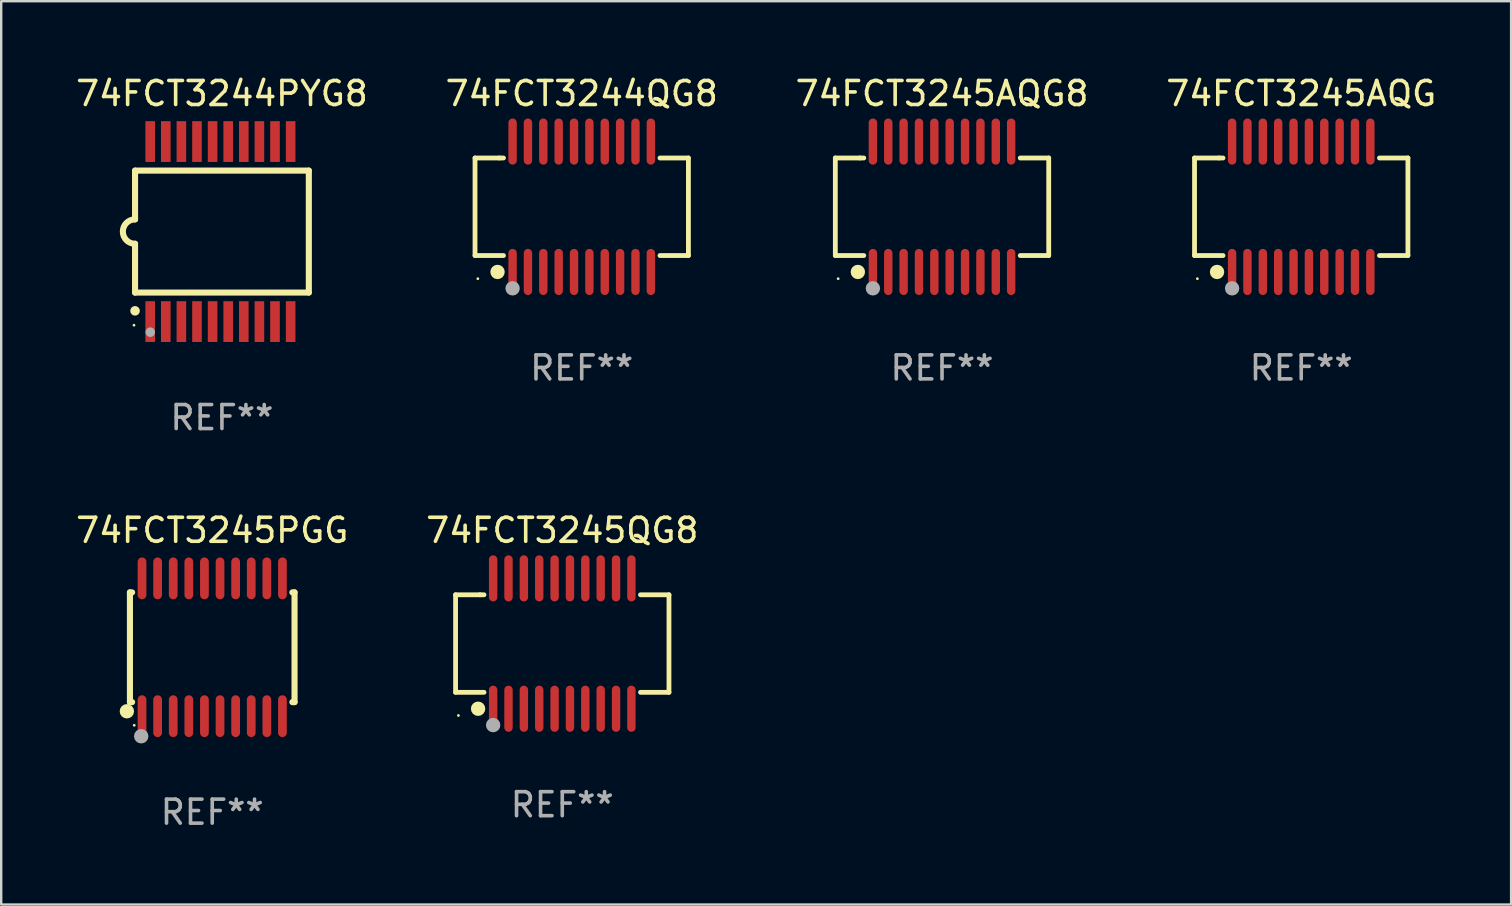
<source format=kicad_pcb>
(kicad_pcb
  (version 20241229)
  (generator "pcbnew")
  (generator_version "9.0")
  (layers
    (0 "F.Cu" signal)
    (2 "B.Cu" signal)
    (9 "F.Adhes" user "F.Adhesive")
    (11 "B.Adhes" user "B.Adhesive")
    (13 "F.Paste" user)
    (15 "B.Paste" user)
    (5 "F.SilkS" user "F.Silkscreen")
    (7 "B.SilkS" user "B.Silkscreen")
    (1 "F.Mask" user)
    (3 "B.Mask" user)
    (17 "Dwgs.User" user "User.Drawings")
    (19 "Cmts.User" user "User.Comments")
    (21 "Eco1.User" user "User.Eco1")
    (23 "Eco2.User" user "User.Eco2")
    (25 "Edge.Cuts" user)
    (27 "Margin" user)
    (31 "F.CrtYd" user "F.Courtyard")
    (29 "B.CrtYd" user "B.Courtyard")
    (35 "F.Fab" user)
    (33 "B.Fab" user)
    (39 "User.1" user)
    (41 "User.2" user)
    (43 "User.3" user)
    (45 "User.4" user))
  (footprint "74FCT3245QG8"
    (layer "F.Cu")
    (at 20.375 23.761)
    (property "Reference" "74FCT3245QG8" (at 0 -4.716 0) (layer "F.SilkS") (effects (font (size 1 1) (thickness 0.15))))
    (attr through_hole)
    (fp_line (start -4.445 -2.032) (end -4.445 2.032) (stroke (width 0.2) (type solid)) (layer "F.SilkS"))
    (fp_line (start -4.445 2.032) (end -3.259 2.032) (stroke (width 0.2) (type solid)) (layer "F.SilkS"))
    (fp_line (start -3.429 -2.032) (end -4.445 -2.032) (stroke (width 0.2) (type solid)) (layer "F.SilkS"))
    (fp_line (start -3.259 -2.032) (end -3.429 -2.032) (stroke (width 0.2) (type solid)) (layer "F.SilkS"))
    (fp_line (start 3.259 2.032) (end 4.445 2.032) (stroke (width 0.2) (type solid)) (layer "F.SilkS"))
    (fp_line (start 4.445 -2.032) (end 3.259 -2.032) (stroke (width 0.2) (type solid)) (layer "F.SilkS"))
    (fp_line (start 4.445 2.032) (end 4.445 -2.032) (stroke (width 0.2) (type solid)) (layer "F.SilkS"))
    (fp_circle (center -4.327 2.997) (end -4.297 2.997) (stroke (width 0.06) (type solid)) (fill no) (layer "F.SilkS"))
    (fp_circle (center -3.507 2.716) (end -3.357 2.716) (stroke (width 0.3) (type solid)) (fill no) (layer "F.SilkS"))
    (fp_circle (center -2.88 3.398) (end -2.73 3.398) (stroke (width 0.3) (type solid)) (fill no) (layer "F.Fab"))
    (fp_text user "REF**" (at 0 6.716 0) (layer "F.Fab") (effects (font (size 1 1) (thickness 0.15))))
    (pad "1" smd oval (at -2.88 2.716) (size 0.35 1.922) (layers "F.Cu" "F.Mask" "F.Paste"))
    (pad "2" smd oval (at -2.24 2.716) (size 0.35 1.922) (layers "F.Cu" "F.Mask" "F.Paste"))
    (pad "3" smd oval (at -1.6 2.716) (size 0.35 1.922) (layers "F.Cu" "F.Mask" "F.Paste"))
    (pad "4" smd oval (at -0.96 2.716) (size 0.35 1.922) (layers "F.Cu" "F.Mask" "F.Paste"))
    (pad "5" smd oval (at -0.32 2.716) (size 0.35 1.922) (layers "F.Cu" "F.Mask" "F.Paste"))
    (pad "6" smd oval (at 0.32 2.716) (size 0.35 1.922) (layers "F.Cu" "F.Mask" "F.Paste"))
    (pad "7" smd oval (at 0.96 2.716) (size 0.35 1.922) (layers "F.Cu" "F.Mask" "F.Paste"))
    (pad "8" smd oval (at 1.6 2.716) (size 0.35 1.922) (layers "F.Cu" "F.Mask" "F.Paste"))
    (pad "9" smd oval (at 2.24 2.716) (size 0.35 1.922) (layers "F.Cu" "F.Mask" "F.Paste"))
    (pad "10" smd oval (at 2.88 2.716) (size 0.35 1.922) (layers "F.Cu" "F.Mask" "F.Paste"))
    (pad "11" smd oval (at 2.88 -2.716) (size 0.35 1.922) (layers "F.Cu" "F.Mask" "F.Paste"))
    (pad "12" smd oval (at 2.24 -2.716) (size 0.35 1.922) (layers "F.Cu" "F.Mask" "F.Paste"))
    (pad "13" smd oval (at 1.6 -2.716) (size 0.35 1.922) (layers "F.Cu" "F.Mask" "F.Paste"))
    (pad "14" smd oval (at 0.96 -2.716) (size 0.35 1.922) (layers "F.Cu" "F.Mask" "F.Paste"))
    (pad "15" smd oval (at 0.32 -2.716) (size 0.35 1.922) (layers "F.Cu" "F.Mask" "F.Paste"))
    (pad "16" smd oval (at -0.32 -2.716) (size 0.35 1.922) (layers "F.Cu" "F.Mask" "F.Paste"))
    (pad "17" smd oval (at -0.96 -2.716) (size 0.35 1.922) (layers "F.Cu" "F.Mask" "F.Paste"))
    (pad "18" smd oval (at -1.6 -2.716) (size 0.35 1.922) (layers "F.Cu" "F.Mask" "F.Paste"))
    (pad "19" smd oval (at -2.24 -2.716) (size 0.35 1.922) (layers "F.Cu" "F.Mask" "F.Paste"))
    (pad "20" smd oval (at -2.88 -2.716) (size 0.35 1.922) (layers "F.Cu" "F.Mask" "F.Paste")))
  (footprint "74FCT3244QG8"
    (layer "F.Cu")
    (at 21.185 5.564)
    (property "Reference" "74FCT3244QG8" (at 0 -4.716 0) (layer "F.SilkS") (effects (font (size 1 1) (thickness 0.15))))
    (attr through_hole)
    (fp_line (start -4.445 -2.032) (end -4.445 2.032) (stroke (width 0.2) (type solid)) (layer "F.SilkS"))
    (fp_line (start -4.445 2.032) (end -3.259 2.032) (stroke (width 0.2) (type solid)) (layer "F.SilkS"))
    (fp_line (start -3.429 -2.032) (end -4.445 -2.032) (stroke (width 0.2) (type solid)) (layer "F.SilkS"))
    (fp_line (start -3.259 -2.032) (end -3.429 -2.032) (stroke (width 0.2) (type solid)) (layer "F.SilkS"))
    (fp_line (start 3.259 2.032) (end 4.445 2.032) (stroke (width 0.2) (type solid)) (layer "F.SilkS"))
    (fp_line (start 4.445 -2.032) (end 3.259 -2.032) (stroke (width 0.2) (type solid)) (layer "F.SilkS"))
    (fp_line (start 4.445 2.032) (end 4.445 -2.032) (stroke (width 0.2) (type solid)) (layer "F.SilkS"))
    (fp_circle (center -4.327 2.997) (end -4.297 2.997) (stroke (width 0.06) (type solid)) (fill no) (layer "F.SilkS"))
    (fp_circle (center -3.507 2.716) (end -3.357 2.716) (stroke (width 0.3) (type solid)) (fill no) (layer "F.SilkS"))
    (fp_circle (center -2.88 3.398) (end -2.73 3.398) (stroke (width 0.3) (type solid)) (fill no) (layer "F.Fab"))
    (fp_text user "REF**" (at 0 6.716 0) (layer "F.Fab") (effects (font (size 1 1) (thickness 0.15))))
    (pad "1" smd oval (at -2.88 2.716) (size 0.35 1.922) (layers "F.Cu" "F.Mask" "F.Paste"))
    (pad "2" smd oval (at -2.24 2.716) (size 0.35 1.922) (layers "F.Cu" "F.Mask" "F.Paste"))
    (pad "3" smd oval (at -1.6 2.716) (size 0.35 1.922) (layers "F.Cu" "F.Mask" "F.Paste"))
    (pad "4" smd oval (at -0.96 2.716) (size 0.35 1.922) (layers "F.Cu" "F.Mask" "F.Paste"))
    (pad "5" smd oval (at -0.32 2.716) (size 0.35 1.922) (layers "F.Cu" "F.Mask" "F.Paste"))
    (pad "6" smd oval (at 0.32 2.716) (size 0.35 1.922) (layers "F.Cu" "F.Mask" "F.Paste"))
    (pad "7" smd oval (at 0.96 2.716) (size 0.35 1.922) (layers "F.Cu" "F.Mask" "F.Paste"))
    (pad "8" smd oval (at 1.6 2.716) (size 0.35 1.922) (layers "F.Cu" "F.Mask" "F.Paste"))
    (pad "9" smd oval (at 2.24 2.716) (size 0.35 1.922) (layers "F.Cu" "F.Mask" "F.Paste"))
    (pad "10" smd oval (at 2.88 2.716) (size 0.35 1.922) (layers "F.Cu" "F.Mask" "F.Paste"))
    (pad "11" smd oval (at 2.88 -2.716) (size 0.35 1.922) (layers "F.Cu" "F.Mask" "F.Paste"))
    (pad "12" smd oval (at 2.24 -2.716) (size 0.35 1.922) (layers "F.Cu" "F.Mask" "F.Paste"))
    (pad "13" smd oval (at 1.6 -2.716) (size 0.35 1.922) (layers "F.Cu" "F.Mask" "F.Paste"))
    (pad "14" smd oval (at 0.96 -2.716) (size 0.35 1.922) (layers "F.Cu" "F.Mask" "F.Paste"))
    (pad "15" smd oval (at 0.32 -2.716) (size 0.35 1.922) (layers "F.Cu" "F.Mask" "F.Paste"))
    (pad "16" smd oval (at -0.32 -2.716) (size 0.35 1.922) (layers "F.Cu" "F.Mask" "F.Paste"))
    (pad "17" smd oval (at -0.96 -2.716) (size 0.35 1.922) (layers "F.Cu" "F.Mask" "F.Paste"))
    (pad "18" smd oval (at -1.6 -2.716) (size 0.35 1.922) (layers "F.Cu" "F.Mask" "F.Paste"))
    (pad "19" smd oval (at -2.24 -2.716) (size 0.35 1.922) (layers "F.Cu" "F.Mask" "F.Paste"))
    (pad "20" smd oval (at -2.88 -2.716) (size 0.35 1.922) (layers "F.Cu" "F.Mask" "F.Paste")))
  (footprint "74FCT3245AQG"
    (layer "F.Cu")
    (at 51.161 5.564)
    (property "Reference" "74FCT3245AQG" (at 0 -4.716 0) (layer "F.SilkS") (effects (font (size 1 1) (thickness 0.15))))
    (attr through_hole)
    (fp_line (start -4.445 -2.032) (end -4.445 2.032) (stroke (width 0.2) (type solid)) (layer "F.SilkS"))
    (fp_line (start -4.445 2.032) (end -3.259 2.032) (stroke (width 0.2) (type solid)) (layer "F.SilkS"))
    (fp_line (start -3.429 -2.032) (end -4.445 -2.032) (stroke (width 0.2) (type solid)) (layer "F.SilkS"))
    (fp_line (start -3.259 -2.032) (end -3.429 -2.032) (stroke (width 0.2) (type solid)) (layer "F.SilkS"))
    (fp_line (start 3.259 2.032) (end 4.445 2.032) (stroke (width 0.2) (type solid)) (layer "F.SilkS"))
    (fp_line (start 4.445 -2.032) (end 3.259 -2.032) (stroke (width 0.2) (type solid)) (layer "F.SilkS"))
    (fp_line (start 4.445 2.032) (end 4.445 -2.032) (stroke (width 0.2) (type solid)) (layer "F.SilkS"))
    (fp_circle (center -4.327 2.997) (end -4.297 2.997) (stroke (width 0.06) (type solid)) (fill no) (layer "F.SilkS"))
    (fp_circle (center -3.507 2.716) (end -3.357 2.716) (stroke (width 0.3) (type solid)) (fill no) (layer "F.SilkS"))
    (fp_circle (center -2.88 3.398) (end -2.73 3.398) (stroke (width 0.3) (type solid)) (fill no) (layer "F.Fab"))
    (fp_text user "REF**" (at 0 6.716 0) (layer "F.Fab") (effects (font (size 1 1) (thickness 0.15))))
    (pad "1" smd oval (at -2.88 2.716) (size 0.35 1.922) (layers "F.Cu" "F.Mask" "F.Paste"))
    (pad "2" smd oval (at -2.24 2.716) (size 0.35 1.922) (layers "F.Cu" "F.Mask" "F.Paste"))
    (pad "3" smd oval (at -1.6 2.716) (size 0.35 1.922) (layers "F.Cu" "F.Mask" "F.Paste"))
    (pad "4" smd oval (at -0.96 2.716) (size 0.35 1.922) (layers "F.Cu" "F.Mask" "F.Paste"))
    (pad "5" smd oval (at -0.32 2.716) (size 0.35 1.922) (layers "F.Cu" "F.Mask" "F.Paste"))
    (pad "6" smd oval (at 0.32 2.716) (size 0.35 1.922) (layers "F.Cu" "F.Mask" "F.Paste"))
    (pad "7" smd oval (at 0.96 2.716) (size 0.35 1.922) (layers "F.Cu" "F.Mask" "F.Paste"))
    (pad "8" smd oval (at 1.6 2.716) (size 0.35 1.922) (layers "F.Cu" "F.Mask" "F.Paste"))
    (pad "9" smd oval (at 2.24 2.716) (size 0.35 1.922) (layers "F.Cu" "F.Mask" "F.Paste"))
    (pad "10" smd oval (at 2.88 2.716) (size 0.35 1.922) (layers "F.Cu" "F.Mask" "F.Paste"))
    (pad "11" smd oval (at 2.88 -2.716) (size 0.35 1.922) (layers "F.Cu" "F.Mask" "F.Paste"))
    (pad "12" smd oval (at 2.24 -2.716) (size 0.35 1.922) (layers "F.Cu" "F.Mask" "F.Paste"))
    (pad "13" smd oval (at 1.6 -2.716) (size 0.35 1.922) (layers "F.Cu" "F.Mask" "F.Paste"))
    (pad "14" smd oval (at 0.96 -2.716) (size 0.35 1.922) (layers "F.Cu" "F.Mask" "F.Paste"))
    (pad "15" smd oval (at 0.32 -2.716) (size 0.35 1.922) (layers "F.Cu" "F.Mask" "F.Paste"))
    (pad "16" smd oval (at -0.32 -2.716) (size 0.35 1.922) (layers "F.Cu" "F.Mask" "F.Paste"))
    (pad "17" smd oval (at -0.96 -2.716) (size 0.35 1.922) (layers "F.Cu" "F.Mask" "F.Paste"))
    (pad "18" smd oval (at -1.6 -2.716) (size 0.35 1.922) (layers "F.Cu" "F.Mask" "F.Paste"))
    (pad "19" smd oval (at -2.24 -2.716) (size 0.35 1.922) (layers "F.Cu" "F.Mask" "F.Paste"))
    (pad "20" smd oval (at -2.88 -2.716) (size 0.35 1.922) (layers "F.Cu" "F.Mask" "F.Paste")))
  (footprint "74FCT3245AQG8"
    (layer "F.Cu")
    (at 36.196 5.564)
    (property "Reference" "74FCT3245AQG8" (at 0 -4.716 0) (layer "F.SilkS") (effects (font (size 1 1) (thickness 0.15))))
    (attr through_hole)
    (fp_line (start -4.445 -2.032) (end -4.445 2.032) (stroke (width 0.2) (type solid)) (layer "F.SilkS"))
    (fp_line (start -4.445 2.032) (end -3.259 2.032) (stroke (width 0.2) (type solid)) (layer "F.SilkS"))
    (fp_line (start -3.429 -2.032) (end -4.445 -2.032) (stroke (width 0.2) (type solid)) (layer "F.SilkS"))
    (fp_line (start -3.259 -2.032) (end -3.429 -2.032) (stroke (width 0.2) (type solid)) (layer "F.SilkS"))
    (fp_line (start 3.259 2.032) (end 4.445 2.032) (stroke (width 0.2) (type solid)) (layer "F.SilkS"))
    (fp_line (start 4.445 -2.032) (end 3.259 -2.032) (stroke (width 0.2) (type solid)) (layer "F.SilkS"))
    (fp_line (start 4.445 2.032) (end 4.445 -2.032) (stroke (width 0.2) (type solid)) (layer "F.SilkS"))
    (fp_circle (center -4.327 2.997) (end -4.297 2.997) (stroke (width 0.06) (type solid)) (fill no) (layer "F.SilkS"))
    (fp_circle (center -3.507 2.716) (end -3.357 2.716) (stroke (width 0.3) (type solid)) (fill no) (layer "F.SilkS"))
    (fp_circle (center -2.88 3.398) (end -2.73 3.398) (stroke (width 0.3) (type solid)) (fill no) (layer "F.Fab"))
    (fp_text user "REF**" (at 0 6.716 0) (layer "F.Fab") (effects (font (size 1 1) (thickness 0.15))))
    (pad "1" smd oval (at -2.88 2.716) (size 0.35 1.922) (layers "F.Cu" "F.Mask" "F.Paste"))
    (pad "2" smd oval (at -2.24 2.716) (size 0.35 1.922) (layers "F.Cu" "F.Mask" "F.Paste"))
    (pad "3" smd oval (at -1.6 2.716) (size 0.35 1.922) (layers "F.Cu" "F.Mask" "F.Paste"))
    (pad "4" smd oval (at -0.96 2.716) (size 0.35 1.922) (layers "F.Cu" "F.Mask" "F.Paste"))
    (pad "5" smd oval (at -0.32 2.716) (size 0.35 1.922) (layers "F.Cu" "F.Mask" "F.Paste"))
    (pad "6" smd oval (at 0.32 2.716) (size 0.35 1.922) (layers "F.Cu" "F.Mask" "F.Paste"))
    (pad "7" smd oval (at 0.96 2.716) (size 0.35 1.922) (layers "F.Cu" "F.Mask" "F.Paste"))
    (pad "8" smd oval (at 1.6 2.716) (size 0.35 1.922) (layers "F.Cu" "F.Mask" "F.Paste"))
    (pad "9" smd oval (at 2.24 2.716) (size 0.35 1.922) (layers "F.Cu" "F.Mask" "F.Paste"))
    (pad "10" smd oval (at 2.88 2.716) (size 0.35 1.922) (layers "F.Cu" "F.Mask" "F.Paste"))
    (pad "11" smd oval (at 2.88 -2.716) (size 0.35 1.922) (layers "F.Cu" "F.Mask" "F.Paste"))
    (pad "12" smd oval (at 2.24 -2.716) (size 0.35 1.922) (layers "F.Cu" "F.Mask" "F.Paste"))
    (pad "13" smd oval (at 1.6 -2.716) (size 0.35 1.922) (layers "F.Cu" "F.Mask" "F.Paste"))
    (pad "14" smd oval (at 0.96 -2.716) (size 0.35 1.922) (layers "F.Cu" "F.Mask" "F.Paste"))
    (pad "15" smd oval (at 0.32 -2.716) (size 0.35 1.922) (layers "F.Cu" "F.Mask" "F.Paste"))
    (pad "16" smd oval (at -0.32 -2.716) (size 0.35 1.922) (layers "F.Cu" "F.Mask" "F.Paste"))
    (pad "17" smd oval (at -0.96 -2.716) (size 0.35 1.922) (layers "F.Cu" "F.Mask" "F.Paste"))
    (pad "18" smd oval (at -1.6 -2.716) (size 0.35 1.922) (layers "F.Cu" "F.Mask" "F.Paste"))
    (pad "19" smd oval (at -2.24 -2.716) (size 0.35 1.922) (layers "F.Cu" "F.Mask" "F.Paste"))
    (pad "20" smd oval (at -2.88 -2.716) (size 0.35 1.922) (layers "F.Cu" "F.Mask" "F.Paste")))
  (footprint "74FCT3244PYG8"
    (layer "F.Cu")
    (at 6.196 6.598)
    (property "Reference" "74FCT3244PYG8" (at 0 -5.75 0) (layer "F.SilkS") (effects (font (size 1 1) (thickness 0.15))))
    (attr through_hole)
    (fp_line (start -3.62 -2.54) (end 3.62 -2.54) (stroke (width 0.254) (type solid)) (layer "F.SilkS"))
    (fp_line (start -3.62 -0.508) (end -3.62 -2.54) (stroke (width 0.254) (type solid)) (layer "F.SilkS"))
    (fp_line (start -3.62 2.54) (end -3.62 0.508) (stroke (width 0.254) (type solid)) (layer "F.SilkS"))
    (fp_line (start 3.62 -2.54) (end 3.62 2.54) (stroke (width 0.254) (type solid)) (layer "F.SilkS"))
    (fp_line (start 3.62 2.54) (end -3.62 2.54) (stroke (width 0.254) (type solid)) (layer "F.SilkS"))
    (fp_arc (start -3.619507 0.508052) (mid -4.125607 0.000051) (end -3.619507 -0.50795) (stroke (width 0.254001) (type solid)) (layer "F.SilkS"))
    (fp_circle (center -3.664 3.9) (end -3.634 3.9) (stroke (width 0.06) (type solid)) (fill no) (layer "F.SilkS"))
    (fp_circle (center -3.62 3.302) (end -3.52 3.302) (stroke (width 0.2) (type solid)) (fill no) (layer "F.SilkS"))
    (fp_circle (center -2.985 4.191) (end -2.885 4.191) (stroke (width 0.2) (type solid)) (fill no) (layer "F.Fab"))
    (fp_text user "REF**" (at 0 7.75 0) (layer "F.Fab") (effects (font (size 1 1) (thickness 0.15))))
    (pad "1" smd rect (at -2.989 3.75) (size 0.4 1.7) (layers "F.Cu" "F.Mask" "F.Paste"))
    (pad "2" smd rect (at -2.339 3.75) (size 0.4 1.7) (layers "F.Cu" "F.Mask" "F.Paste"))
    (pad "3" smd rect (at -1.689 3.75) (size 0.4 1.7) (layers "F.Cu" "F.Mask" "F.Paste"))
    (pad "4" smd rect (at -1.039 3.75) (size 0.4 1.7) (layers "F.Cu" "F.Mask" "F.Paste"))
    (pad "5" smd rect (at -0.389 3.75) (size 0.4 1.7) (layers "F.Cu" "F.Mask" "F.Paste"))
    (pad "6" smd rect (at 0.261 3.75) (size 0.4 1.7) (layers "F.Cu" "F.Mask" "F.Paste"))
    (pad "7" smd rect (at 0.911 3.75) (size 0.4 1.7) (layers "F.Cu" "F.Mask" "F.Paste"))
    (pad "8" smd rect (at 1.561 3.75) (size 0.4 1.7) (layers "F.Cu" "F.Mask" "F.Paste"))
    (pad "9" smd rect (at 2.211 3.75) (size 0.4 1.7) (layers "F.Cu" "F.Mask" "F.Paste"))
    (pad "10" smd rect (at 2.862 3.75) (size 0.4 1.7) (layers "F.Cu" "F.Mask" "F.Paste"))
    (pad "11" smd rect (at 2.862 -3.75) (size 0.4 1.7) (layers "F.Cu" "F.Mask" "F.Paste"))
    (pad "12" smd rect (at 2.211 -3.75) (size 0.4 1.7) (layers "F.Cu" "F.Mask" "F.Paste"))
    (pad "13" smd rect (at 1.561 -3.75) (size 0.4 1.7) (layers "F.Cu" "F.Mask" "F.Paste"))
    (pad "14" smd rect (at 0.911 -3.75) (size 0.4 1.7) (layers "F.Cu" "F.Mask" "F.Paste"))
    (pad "15" smd rect (at 0.261 -3.75) (size 0.4 1.7) (layers "F.Cu" "F.Mask" "F.Paste"))
    (pad "16" smd rect (at -0.389 -3.75) (size 0.4 1.7) (layers "F.Cu" "F.Mask" "F.Paste"))
    (pad "17" smd rect (at -1.039 -3.75) (size 0.4 1.7) (layers "F.Cu" "F.Mask" "F.Paste"))
    (pad "18" smd rect (at -1.689 -3.75) (size 0.4 1.7) (layers "F.Cu" "F.Mask" "F.Paste"))
    (pad "19" smd rect (at -2.339 -3.75) (size 0.4 1.7) (layers "F.Cu" "F.Mask" "F.Paste"))
    (pad "20" smd rect (at -2.989 -3.75) (size 0.4 1.7) (layers "F.Cu" "F.Mask" "F.Paste")))
  (footprint "74FCT3245PGG"
    (layer "F.Cu")
    (at 5.792 23.916)
    (property "Reference" "74FCT3245PGG" (at 0 -4.871 0) (layer "F.SilkS") (effects (font (size 1 1) (thickness 0.15))))
    (attr through_hole)
    (fp_line (start -3.429 -2.286) (end -3.429 2.286) (stroke (width 0.254) (type solid)) (layer "F.SilkS"))
    (fp_line (start -3.429 2.286) (end -3.338 2.286) (stroke (width 0.254) (type solid)) (layer "F.SilkS"))
    (fp_line (start -3.338 -2.286) (end -3.429 -2.286) (stroke (width 0.254) (type solid)) (layer "F.SilkS"))
    (fp_line (start 3.338 -2.286) (end 3.429 -2.286) (stroke (width 0.254) (type solid)) (layer "F.SilkS"))
    (fp_line (start 3.429 -2.286) (end 3.429 2.286) (stroke (width 0.254) (type solid)) (layer "F.SilkS"))
    (fp_line (start 3.429 2.286) (end 3.338 2.286) (stroke (width 0.254) (type solid)) (layer "F.SilkS"))
    (fp_circle (center -3.556 2.667) (end -3.406 2.667) (stroke (width 0.3) (type solid)) (fill no) (layer "F.SilkS"))
    (fp_circle (center -3.25 3.25) (end -3.22 3.25) (stroke (width 0.06) (type solid)) (fill no) (layer "F.SilkS"))
    (fp_circle (center -2.959 3.707) (end -2.808 3.707) (stroke (width 0.3) (type solid)) (fill no) (layer "F.Fab"))
    (fp_text user "REF**" (at 0 6.871 0) (layer "F.Fab") (effects (font (size 1 1) (thickness 0.15))))
    (pad "1" smd oval (at -2.925 2.871) (size 0.364 1.742) (layers "F.Cu" "F.Mask" "F.Paste"))
    (pad "2" smd oval (at -2.275 2.871) (size 0.364 1.742) (layers "F.Cu" "F.Mask" "F.Paste"))
    (pad "3" smd oval (at -1.625 2.871) (size 0.364 1.742) (layers "F.Cu" "F.Mask" "F.Paste"))
    (pad "4" smd oval (at -0.975 2.871) (size 0.364 1.742) (layers "F.Cu" "F.Mask" "F.Paste"))
    (pad "5" smd oval (at -0.325 2.871) (size 0.364 1.742) (layers "F.Cu" "F.Mask" "F.Paste"))
    (pad "6" smd oval (at 0.325 2.871) (size 0.364 1.742) (layers "F.Cu" "F.Mask" "F.Paste"))
    (pad "7" smd oval (at 0.975 2.871) (size 0.364 1.742) (layers "F.Cu" "F.Mask" "F.Paste"))
    (pad "8" smd oval (at 1.625 2.871) (size 0.364 1.742) (layers "F.Cu" "F.Mask" "F.Paste"))
    (pad "9" smd oval (at 2.275 2.871) (size 0.364 1.742) (layers "F.Cu" "F.Mask" "F.Paste"))
    (pad "10" smd oval (at 2.925 2.871) (size 0.364 1.742) (layers "F.Cu" "F.Mask" "F.Paste"))
    (pad "11" smd oval (at 2.925 -2.871) (size 0.364 1.742) (layers "F.Cu" "F.Mask" "F.Paste"))
    (pad "12" smd oval (at 2.275 -2.871) (size 0.364 1.742) (layers "F.Cu" "F.Mask" "F.Paste"))
    (pad "13" smd oval (at 1.625 -2.871) (size 0.364 1.742) (layers "F.Cu" "F.Mask" "F.Paste"))
    (pad "14" smd oval (at 0.975 -2.871) (size 0.364 1.742) (layers "F.Cu" "F.Mask" "F.Paste"))
    (pad "15" smd oval (at 0.325 -2.871) (size 0.364 1.742) (layers "F.Cu" "F.Mask" "F.Paste"))
    (pad "16" smd oval (at -0.325 -2.871) (size 0.364 1.742) (layers "F.Cu" "F.Mask" "F.Paste"))
    (pad "17" smd oval (at -0.975 -2.871) (size 0.364 1.742) (layers "F.Cu" "F.Mask" "F.Paste"))
    (pad "18" smd oval (at -1.625 -2.871) (size 0.364 1.742) (layers "F.Cu" "F.Mask" "F.Paste"))
    (pad "19" smd oval (at -2.275 -2.871) (size 0.364 1.742) (layers "F.Cu" "F.Mask" "F.Paste"))
    (pad "20" smd oval (at -2.925 -2.871) (size 0.364 1.742) (layers "F.Cu" "F.Mask" "F.Paste")))
  (gr_rect
    (start -3 -3)
    (end 59.905 34.635)
    (stroke (width 0.1) (type default))
    (fill no)
    (layer "Edge.Cuts")))
</source>
